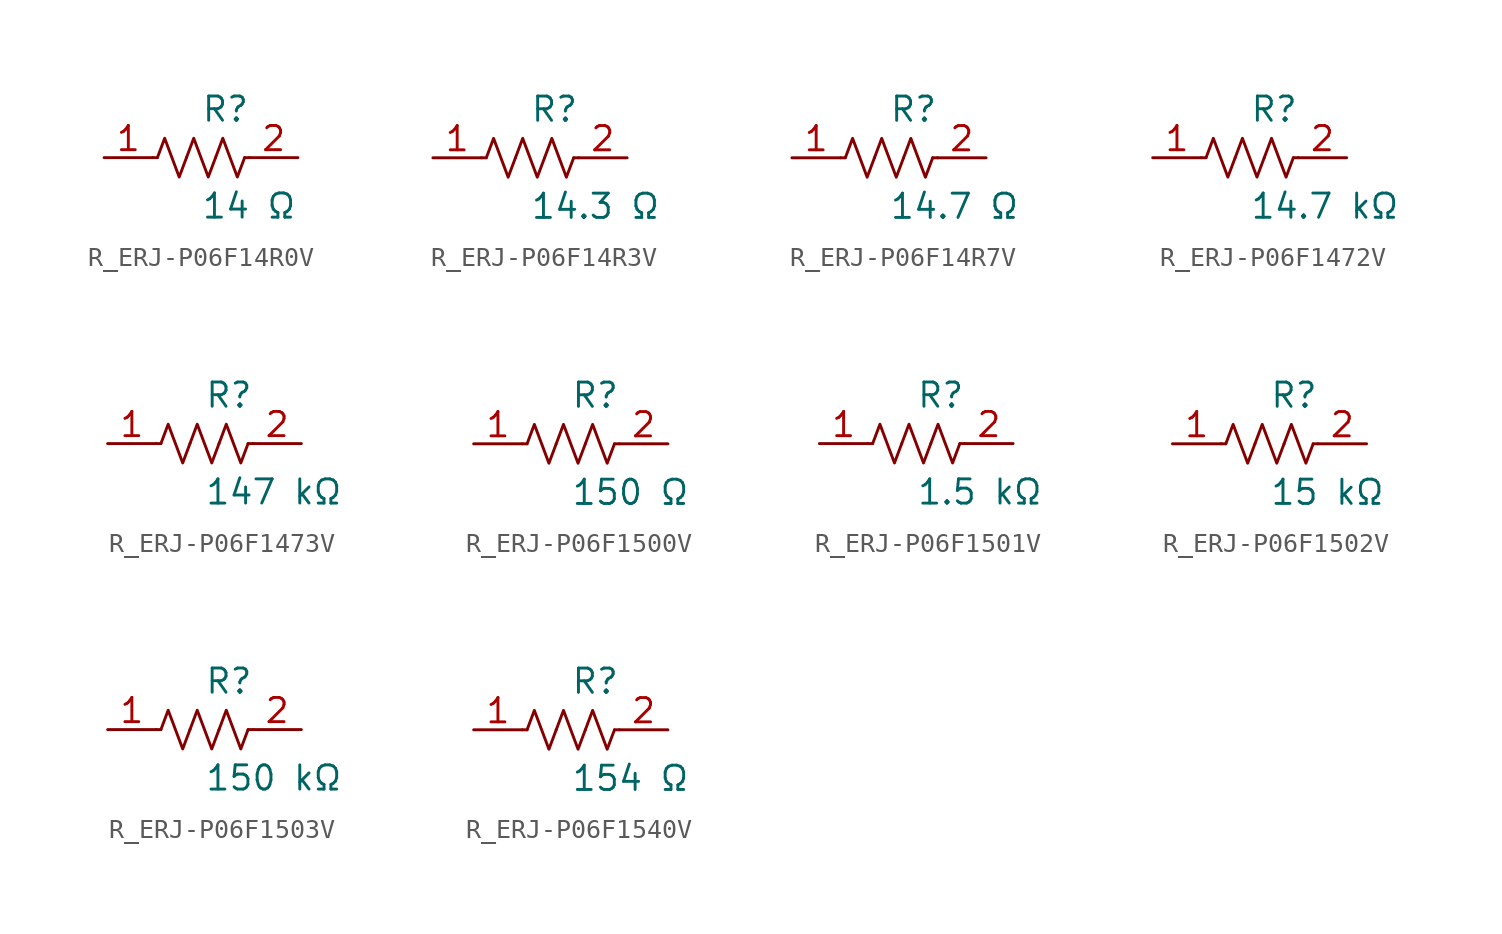
<source format=kicad_sym>
(kicad_symbol_lib
  (version 20231120)
  (generator kicad_symbol_editor)
  (generator_version 8.0)
  (symbol "R_ERJ-P06F14R0V"
    (pin_names
      (offset 0.254))
    (property "Reference" "R"
      (at 0 2.54 0)
      (effects (font (size 1.27 1.27)) (justify left)))
    (property "Value" "14 Ω"
      (at 0 -2.54 0)
      (effects (font (size 1.27 1.27)) (justify left)))
    (symbol "R_ERJ-P06F14R0V_0_1"
      (polyline (pts (xy 2.286 0) (xy 2.54 0)) (stroke (width 0) (type default)) (fill (type none)))
      (polyline (pts (xy -2.286 0) (xy -2.54 0)) (stroke (width 0) (type default)) (fill (type none)))
      (polyline (pts (xy 0.762 0) (xy 1.143 1.016) (xy 1.524 0) (xy 1.905 -1.016) (xy 2.286 0)) (stroke (width 0) (type default)) (fill (type none)))
      (polyline (pts (xy -0.762 0) (xy -0.381 1.016) (xy 0 0) (xy 0.381 -1.016) (xy 0.762 0)) (stroke (width 0) (type default)) (fill (type none)))
      (polyline (pts (xy -2.286 0) (xy -1.905 1.016) (xy -1.524 0) (xy -1.143 -1.016) (xy -0.762 0)) (stroke (width 0) (type default)) (fill (type none))))
    (pin passive line
      (at -5.08 0 0)
      (length 2.54)
      (name "" (effects (font (size 1.27 1.27))))
      (number "1" (effects (font (size 1.27 1.27)))))
    (pin passive line
      (at 5.08 0 180)
      (length 2.54)
      (name "" (effects (font (size 1.27 1.27))))
      (number "2" (effects (font (size 1.27 1.27))))))
  (symbol "R_ERJ-P06F14R3V"
    (pin_names
      (offset 0.254))
    (property "Reference" "R"
      (at 0 2.54 0)
      (effects (font (size 1.27 1.27)) (justify left)))
    (property "Value" "14.3 Ω"
      (at 0 -2.54 0)
      (effects (font (size 1.27 1.27)) (justify left)))
    (symbol "R_ERJ-P06F14R3V_0_1"
      (polyline (pts (xy 2.286 0) (xy 2.54 0)) (stroke (width 0) (type default)) (fill (type none)))
      (polyline (pts (xy -2.286 0) (xy -2.54 0)) (stroke (width 0) (type default)) (fill (type none)))
      (polyline (pts (xy 0.762 0) (xy 1.143 1.016) (xy 1.524 0) (xy 1.905 -1.016) (xy 2.286 0)) (stroke (width 0) (type default)) (fill (type none)))
      (polyline (pts (xy -0.762 0) (xy -0.381 1.016) (xy 0 0) (xy 0.381 -1.016) (xy 0.762 0)) (stroke (width 0) (type default)) (fill (type none)))
      (polyline (pts (xy -2.286 0) (xy -1.905 1.016) (xy -1.524 0) (xy -1.143 -1.016) (xy -0.762 0)) (stroke (width 0) (type default)) (fill (type none))))
    (pin passive line
      (at -5.08 0 0)
      (length 2.54)
      (name "" (effects (font (size 1.27 1.27))))
      (number "1" (effects (font (size 1.27 1.27)))))
    (pin passive line
      (at 5.08 0 180)
      (length 2.54)
      (name "" (effects (font (size 1.27 1.27))))
      (number "2" (effects (font (size 1.27 1.27))))))
  (symbol "R_ERJ-P06F14R7V"
    (pin_names
      (offset 0.254))
    (property "Reference" "R"
      (at 0 2.54 0)
      (effects (font (size 1.27 1.27)) (justify left)))
    (property "Value" "14.7 Ω"
      (at 0 -2.54 0)
      (effects (font (size 1.27 1.27)) (justify left)))
    (symbol "R_ERJ-P06F14R7V_0_1"
      (polyline (pts (xy 2.286 0) (xy 2.54 0)) (stroke (width 0) (type default)) (fill (type none)))
      (polyline (pts (xy -2.286 0) (xy -2.54 0)) (stroke (width 0) (type default)) (fill (type none)))
      (polyline (pts (xy 0.762 0) (xy 1.143 1.016) (xy 1.524 0) (xy 1.905 -1.016) (xy 2.286 0)) (stroke (width 0) (type default)) (fill (type none)))
      (polyline (pts (xy -0.762 0) (xy -0.381 1.016) (xy 0 0) (xy 0.381 -1.016) (xy 0.762 0)) (stroke (width 0) (type default)) (fill (type none)))
      (polyline (pts (xy -2.286 0) (xy -1.905 1.016) (xy -1.524 0) (xy -1.143 -1.016) (xy -0.762 0)) (stroke (width 0) (type default)) (fill (type none))))
    (pin passive line
      (at -5.08 0 0)
      (length 2.54)
      (name "" (effects (font (size 1.27 1.27))))
      (number "1" (effects (font (size 1.27 1.27)))))
    (pin passive line
      (at 5.08 0 180)
      (length 2.54)
      (name "" (effects (font (size 1.27 1.27))))
      (number "2" (effects (font (size 1.27 1.27))))))
  (symbol "R_ERJ-P06F1472V"
    (pin_names
      (offset 0.254))
    (property "Reference" "R"
      (at 0 2.54 0)
      (effects (font (size 1.27 1.27)) (justify left)))
    (property "Value" "14.7 kΩ"
      (at 0 -2.54 0)
      (effects (font (size 1.27 1.27)) (justify left)))
    (symbol "R_ERJ-P06F1472V_0_1"
      (polyline (pts (xy 2.286 0) (xy 2.54 0)) (stroke (width 0) (type default)) (fill (type none)))
      (polyline (pts (xy -2.286 0) (xy -2.54 0)) (stroke (width 0) (type default)) (fill (type none)))
      (polyline (pts (xy 0.762 0) (xy 1.143 1.016) (xy 1.524 0) (xy 1.905 -1.016) (xy 2.286 0)) (stroke (width 0) (type default)) (fill (type none)))
      (polyline (pts (xy -0.762 0) (xy -0.381 1.016) (xy 0 0) (xy 0.381 -1.016) (xy 0.762 0)) (stroke (width 0) (type default)) (fill (type none)))
      (polyline (pts (xy -2.286 0) (xy -1.905 1.016) (xy -1.524 0) (xy -1.143 -1.016) (xy -0.762 0)) (stroke (width 0) (type default)) (fill (type none))))
    (pin passive line
      (at -5.08 0 0)
      (length 2.54)
      (name "" (effects (font (size 1.27 1.27))))
      (number "1" (effects (font (size 1.27 1.27)))))
    (pin passive line
      (at 5.08 0 180)
      (length 2.54)
      (name "" (effects (font (size 1.27 1.27))))
      (number "2" (effects (font (size 1.27 1.27))))))
  (symbol "R_ERJ-P06F1473V"
    (pin_names
      (offset 0.254))
    (property "Reference" "R"
      (at 0 2.54 0)
      (effects (font (size 1.27 1.27)) (justify left)))
    (property "Value" "147 kΩ"
      (at 0 -2.54 0)
      (effects (font (size 1.27 1.27)) (justify left)))
    (symbol "R_ERJ-P06F1473V_0_1"
      (polyline (pts (xy 2.286 0) (xy 2.54 0)) (stroke (width 0) (type default)) (fill (type none)))
      (polyline (pts (xy -2.286 0) (xy -2.54 0)) (stroke (width 0) (type default)) (fill (type none)))
      (polyline (pts (xy 0.762 0) (xy 1.143 1.016) (xy 1.524 0) (xy 1.905 -1.016) (xy 2.286 0)) (stroke (width 0) (type default)) (fill (type none)))
      (polyline (pts (xy -0.762 0) (xy -0.381 1.016) (xy 0 0) (xy 0.381 -1.016) (xy 0.762 0)) (stroke (width 0) (type default)) (fill (type none)))
      (polyline (pts (xy -2.286 0) (xy -1.905 1.016) (xy -1.524 0) (xy -1.143 -1.016) (xy -0.762 0)) (stroke (width 0) (type default)) (fill (type none))))
    (pin passive line
      (at -5.08 0 0)
      (length 2.54)
      (name "" (effects (font (size 1.27 1.27))))
      (number "1" (effects (font (size 1.27 1.27)))))
    (pin passive line
      (at 5.08 0 180)
      (length 2.54)
      (name "" (effects (font (size 1.27 1.27))))
      (number "2" (effects (font (size 1.27 1.27))))))
  (symbol "R_ERJ-P06F1500V"
    (pin_names
      (offset 0.254))
    (property "Reference" "R"
      (at 0 2.54 0)
      (effects (font (size 1.27 1.27)) (justify left)))
    (property "Value" "150 Ω"
      (at 0 -2.54 0)
      (effects (font (size 1.27 1.27)) (justify left)))
    (symbol "R_ERJ-P06F1500V_0_1"
      (polyline (pts (xy 2.286 0) (xy 2.54 0)) (stroke (width 0) (type default)) (fill (type none)))
      (polyline (pts (xy -2.286 0) (xy -2.54 0)) (stroke (width 0) (type default)) (fill (type none)))
      (polyline (pts (xy 0.762 0) (xy 1.143 1.016) (xy 1.524 0) (xy 1.905 -1.016) (xy 2.286 0)) (stroke (width 0) (type default)) (fill (type none)))
      (polyline (pts (xy -0.762 0) (xy -0.381 1.016) (xy 0 0) (xy 0.381 -1.016) (xy 0.762 0)) (stroke (width 0) (type default)) (fill (type none)))
      (polyline (pts (xy -2.286 0) (xy -1.905 1.016) (xy -1.524 0) (xy -1.143 -1.016) (xy -0.762 0)) (stroke (width 0) (type default)) (fill (type none))))
    (pin passive line
      (at -5.08 0 0)
      (length 2.54)
      (name "" (effects (font (size 1.27 1.27))))
      (number "1" (effects (font (size 1.27 1.27)))))
    (pin passive line
      (at 5.08 0 180)
      (length 2.54)
      (name "" (effects (font (size 1.27 1.27))))
      (number "2" (effects (font (size 1.27 1.27))))))
  (symbol "R_ERJ-P06F1501V"
    (pin_names
      (offset 0.254))
    (property "Reference" "R"
      (at 0 2.54 0)
      (effects (font (size 1.27 1.27)) (justify left)))
    (property "Value" "1.5 kΩ"
      (at 0 -2.54 0)
      (effects (font (size 1.27 1.27)) (justify left)))
    (symbol "R_ERJ-P06F1501V_0_1"
      (polyline (pts (xy 2.286 0) (xy 2.54 0)) (stroke (width 0) (type default)) (fill (type none)))
      (polyline (pts (xy -2.286 0) (xy -2.54 0)) (stroke (width 0) (type default)) (fill (type none)))
      (polyline (pts (xy 0.762 0) (xy 1.143 1.016) (xy 1.524 0) (xy 1.905 -1.016) (xy 2.286 0)) (stroke (width 0) (type default)) (fill (type none)))
      (polyline (pts (xy -0.762 0) (xy -0.381 1.016) (xy 0 0) (xy 0.381 -1.016) (xy 0.762 0)) (stroke (width 0) (type default)) (fill (type none)))
      (polyline (pts (xy -2.286 0) (xy -1.905 1.016) (xy -1.524 0) (xy -1.143 -1.016) (xy -0.762 0)) (stroke (width 0) (type default)) (fill (type none))))
    (pin passive line
      (at -5.08 0 0)
      (length 2.54)
      (name "" (effects (font (size 1.27 1.27))))
      (number "1" (effects (font (size 1.27 1.27)))))
    (pin passive line
      (at 5.08 0 180)
      (length 2.54)
      (name "" (effects (font (size 1.27 1.27))))
      (number "2" (effects (font (size 1.27 1.27))))))
  (symbol "R_ERJ-P06F1502V"
    (pin_names
      (offset 0.254))
    (property "Reference" "R"
      (at 0 2.54 0)
      (effects (font (size 1.27 1.27)) (justify left)))
    (property "Value" "15 kΩ"
      (at 0 -2.54 0)
      (effects (font (size 1.27 1.27)) (justify left)))
    (symbol "R_ERJ-P06F1502V_0_1"
      (polyline (pts (xy 2.286 0) (xy 2.54 0)) (stroke (width 0) (type default)) (fill (type none)))
      (polyline (pts (xy -2.286 0) (xy -2.54 0)) (stroke (width 0) (type default)) (fill (type none)))
      (polyline (pts (xy 0.762 0) (xy 1.143 1.016) (xy 1.524 0) (xy 1.905 -1.016) (xy 2.286 0)) (stroke (width 0) (type default)) (fill (type none)))
      (polyline (pts (xy -0.762 0) (xy -0.381 1.016) (xy 0 0) (xy 0.381 -1.016) (xy 0.762 0)) (stroke (width 0) (type default)) (fill (type none)))
      (polyline (pts (xy -2.286 0) (xy -1.905 1.016) (xy -1.524 0) (xy -1.143 -1.016) (xy -0.762 0)) (stroke (width 0) (type default)) (fill (type none))))
    (pin passive line
      (at -5.08 0 0)
      (length 2.54)
      (name "" (effects (font (size 1.27 1.27))))
      (number "1" (effects (font (size 1.27 1.27)))))
    (pin passive line
      (at 5.08 0 180)
      (length 2.54)
      (name "" (effects (font (size 1.27 1.27))))
      (number "2" (effects (font (size 1.27 1.27))))))
  (symbol "R_ERJ-P06F1503V"
    (pin_names
      (offset 0.254))
    (property "Reference" "R"
      (at 0 2.54 0)
      (effects (font (size 1.27 1.27)) (justify left)))
    (property "Value" "150 kΩ"
      (at 0 -2.54 0)
      (effects (font (size 1.27 1.27)) (justify left)))
    (symbol "R_ERJ-P06F1503V_0_1"
      (polyline (pts (xy 2.286 0) (xy 2.54 0)) (stroke (width 0) (type default)) (fill (type none)))
      (polyline (pts (xy -2.286 0) (xy -2.54 0)) (stroke (width 0) (type default)) (fill (type none)))
      (polyline (pts (xy 0.762 0) (xy 1.143 1.016) (xy 1.524 0) (xy 1.905 -1.016) (xy 2.286 0)) (stroke (width 0) (type default)) (fill (type none)))
      (polyline (pts (xy -0.762 0) (xy -0.381 1.016) (xy 0 0) (xy 0.381 -1.016) (xy 0.762 0)) (stroke (width 0) (type default)) (fill (type none)))
      (polyline (pts (xy -2.286 0) (xy -1.905 1.016) (xy -1.524 0) (xy -1.143 -1.016) (xy -0.762 0)) (stroke (width 0) (type default)) (fill (type none))))
    (pin passive line
      (at -5.08 0 0)
      (length 2.54)
      (name "" (effects (font (size 1.27 1.27))))
      (number "1" (effects (font (size 1.27 1.27)))))
    (pin passive line
      (at 5.08 0 180)
      (length 2.54)
      (name "" (effects (font (size 1.27 1.27))))
      (number "2" (effects (font (size 1.27 1.27))))))
  (symbol "R_ERJ-P06F1540V"
    (pin_names
      (offset 0.254))
    (property "Reference" "R"
      (at 0 2.54 0)
      (effects (font (size 1.27 1.27)) (justify left)))
    (property "Value" "154 Ω"
      (at 0 -2.54 0)
      (effects (font (size 1.27 1.27)) (justify left)))
    (symbol "R_ERJ-P06F1540V_0_1"
      (polyline (pts (xy 2.286 0) (xy 2.54 0)) (stroke (width 0) (type default)) (fill (type none)))
      (polyline (pts (xy -2.286 0) (xy -2.54 0)) (stroke (width 0) (type default)) (fill (type none)))
      (polyline (pts (xy 0.762 0) (xy 1.143 1.016) (xy 1.524 0) (xy 1.905 -1.016) (xy 2.286 0)) (stroke (width 0) (type default)) (fill (type none)))
      (polyline (pts (xy -0.762 0) (xy -0.381 1.016) (xy 0 0) (xy 0.381 -1.016) (xy 0.762 0)) (stroke (width 0) (type default)) (fill (type none)))
      (polyline (pts (xy -2.286 0) (xy -1.905 1.016) (xy -1.524 0) (xy -1.143 -1.016) (xy -0.762 0)) (stroke (width 0) (type default)) (fill (type none))))
    (pin passive line
      (at -5.08 0 0)
      (length 2.54)
      (name "" (effects (font (size 1.27 1.27))))
      (number "1" (effects (font (size 1.27 1.27)))))
    (pin passive line
      (at 5.08 0 180)
      (length 2.54)
      (name "" (effects (font (size 1.27 1.27))))
      (number "2" (effects (font (size 1.27 1.27)))))))
</source>
